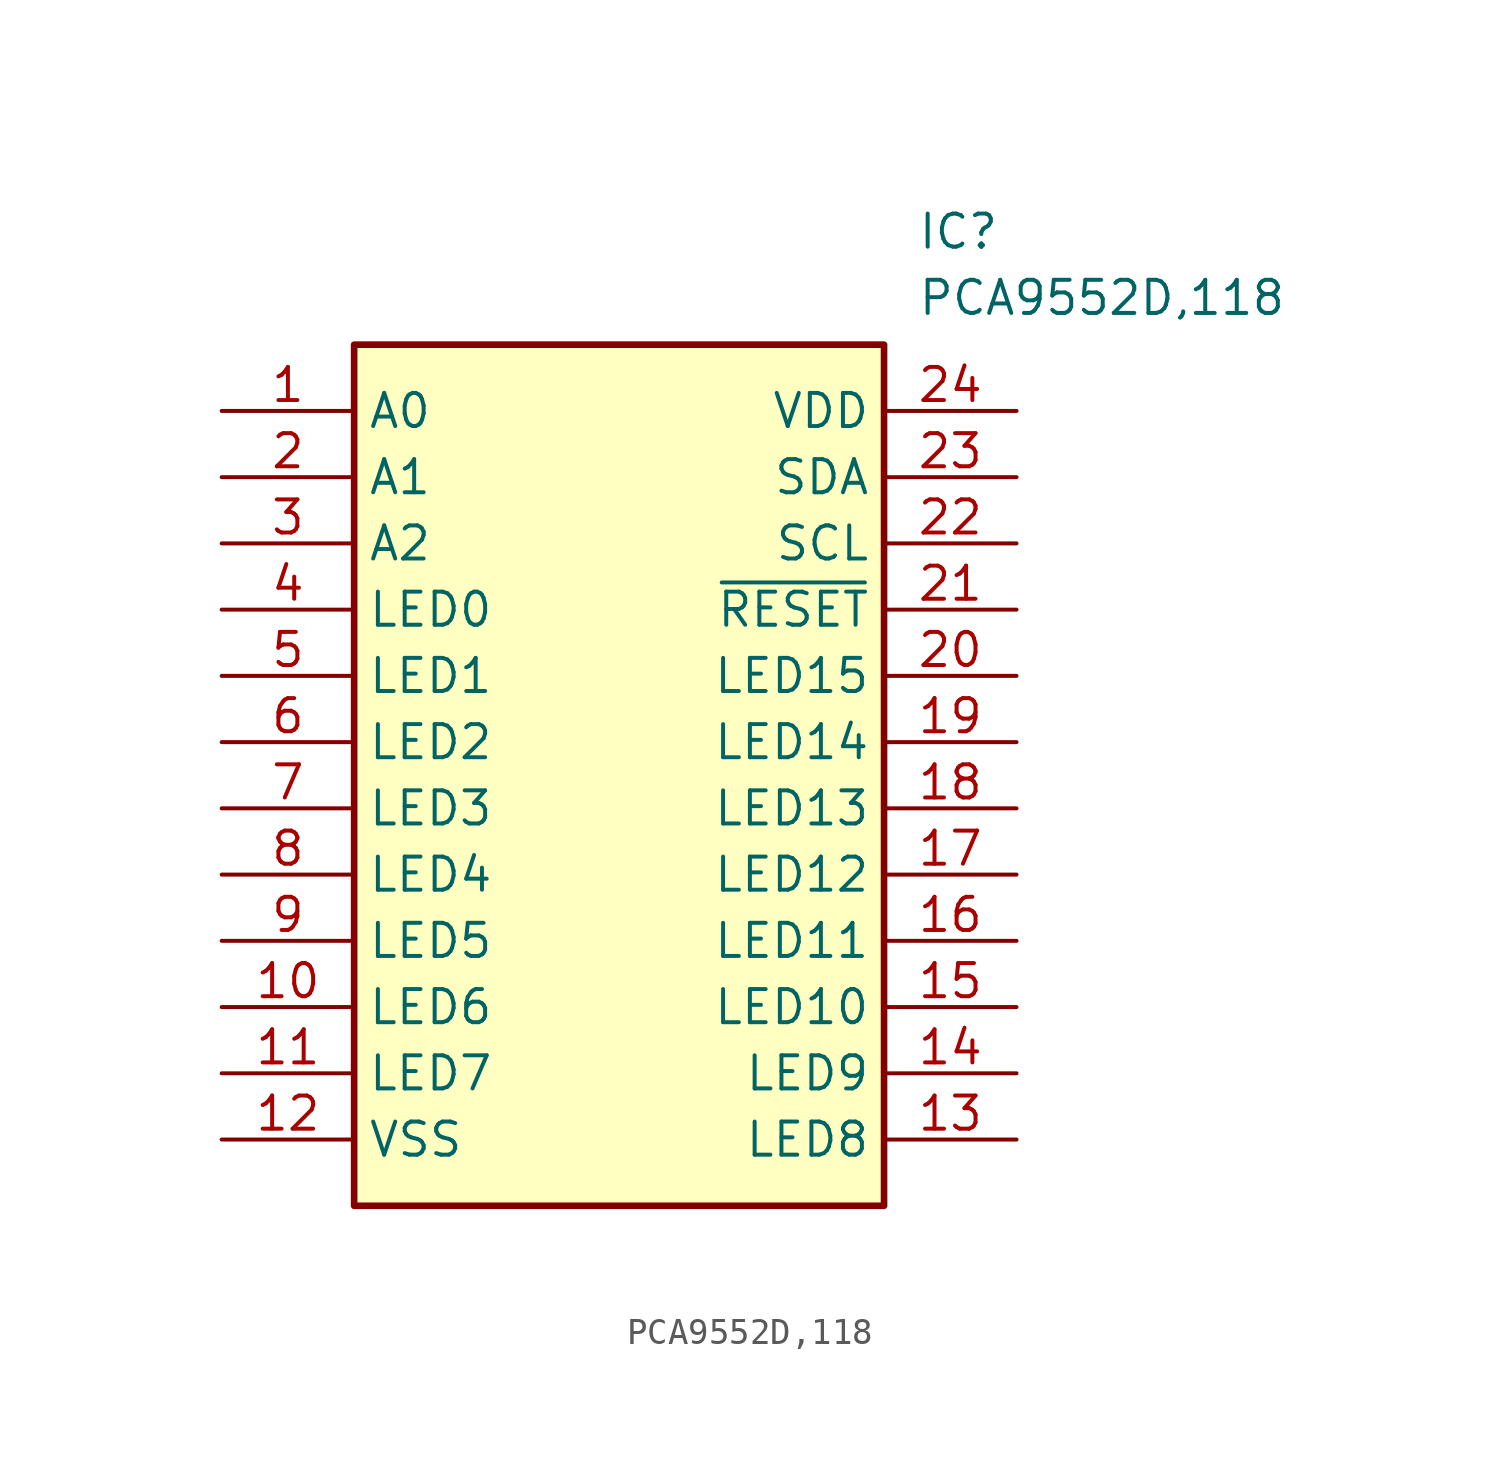
<source format=kicad_sym>
(kicad_symbol_lib
  (version 20211014)
  (generator SamacSys_ECAD_Model)
  (symbol "PCA9552D,118"
    (property "Reference" "IC"
      (at 26.67 7.62 0)
      (effects (font (size 1.27 1.27)) (justify left top)))
    (property "Value" "PCA9552D,118"
      (at 26.67 5.08 0)
      (effects (font (size 1.27 1.27)) (justify left top)))
    (rectangle
      (start 5.08 2.54)
      (end 25.4 -30.48)
      (stroke (width 0.254) (type default))
      (fill (type background)))
    (pin passive line
      (at 0 0 0)
      (length 5.08)
      (name "A0" (effects (font (size 1.27 1.27))))
      (number "1" (effects (font (size 1.27 1.27)))))
    (pin passive line
      (at 0 -2.54 0)
      (length 5.08)
      (name "A1" (effects (font (size 1.27 1.27))))
      (number "2" (effects (font (size 1.27 1.27)))))
    (pin passive line
      (at 0 -5.08 0)
      (length 5.08)
      (name "A2" (effects (font (size 1.27 1.27))))
      (number "3" (effects (font (size 1.27 1.27)))))
    (pin passive line
      (at 0 -7.62 0)
      (length 5.08)
      (name "LED0" (effects (font (size 1.27 1.27))))
      (number "4" (effects (font (size 1.27 1.27)))))
    (pin passive line
      (at 0 -10.16 0)
      (length 5.08)
      (name "LED1" (effects (font (size 1.27 1.27))))
      (number "5" (effects (font (size 1.27 1.27)))))
    (pin passive line
      (at 0 -12.7 0)
      (length 5.08)
      (name "LED2" (effects (font (size 1.27 1.27))))
      (number "6" (effects (font (size 1.27 1.27)))))
    (pin passive line
      (at 0 -15.24 0)
      (length 5.08)
      (name "LED3" (effects (font (size 1.27 1.27))))
      (number "7" (effects (font (size 1.27 1.27)))))
    (pin passive line
      (at 0 -17.78 0)
      (length 5.08)
      (name "LED4" (effects (font (size 1.27 1.27))))
      (number "8" (effects (font (size 1.27 1.27)))))
    (pin passive line
      (at 0 -20.32 0)
      (length 5.08)
      (name "LED5" (effects (font (size 1.27 1.27))))
      (number "9" (effects (font (size 1.27 1.27)))))
    (pin passive line
      (at 0 -22.86 0)
      (length 5.08)
      (name "LED6" (effects (font (size 1.27 1.27))))
      (number "10" (effects (font (size 1.27 1.27)))))
    (pin passive line
      (at 0 -25.4 0)
      (length 5.08)
      (name "LED7" (effects (font (size 1.27 1.27))))
      (number "11" (effects (font (size 1.27 1.27)))))
    (pin passive line
      (at 0 -27.94 0)
      (length 5.08)
      (name "VSS" (effects (font (size 1.27 1.27))))
      (number "12" (effects (font (size 1.27 1.27)))))
    (pin passive line
      (at 30.48 0 180)
      (length 5.08)
      (name "VDD" (effects (font (size 1.27 1.27))))
      (number "24" (effects (font (size 1.27 1.27)))))
    (pin passive line
      (at 30.48 -2.54 180)
      (length 5.08)
      (name "SDA" (effects (font (size 1.27 1.27))))
      (number "23" (effects (font (size 1.27 1.27)))))
    (pin passive line
      (at 30.48 -5.08 180)
      (length 5.08)
      (name "SCL" (effects (font (size 1.27 1.27))))
      (number "22" (effects (font (size 1.27 1.27)))))
    (pin passive line
      (at 30.48 -7.62 180)
      (length 5.08)
      (name "~{RESET}" (effects (font (size 1.27 1.27))))
      (number "21" (effects (font (size 1.27 1.27)))))
    (pin passive line
      (at 30.48 -10.16 180)
      (length 5.08)
      (name "LED15" (effects (font (size 1.27 1.27))))
      (number "20" (effects (font (size 1.27 1.27)))))
    (pin passive line
      (at 30.48 -12.7 180)
      (length 5.08)
      (name "LED14" (effects (font (size 1.27 1.27))))
      (number "19" (effects (font (size 1.27 1.27)))))
    (pin passive line
      (at 30.48 -15.24 180)
      (length 5.08)
      (name "LED13" (effects (font (size 1.27 1.27))))
      (number "18" (effects (font (size 1.27 1.27)))))
    (pin passive line
      (at 30.48 -17.78 180)
      (length 5.08)
      (name "LED12" (effects (font (size 1.27 1.27))))
      (number "17" (effects (font (size 1.27 1.27)))))
    (pin passive line
      (at 30.48 -20.32 180)
      (length 5.08)
      (name "LED11" (effects (font (size 1.27 1.27))))
      (number "16" (effects (font (size 1.27 1.27)))))
    (pin passive line
      (at 30.48 -22.86 180)
      (length 5.08)
      (name "LED10" (effects (font (size 1.27 1.27))))
      (number "15" (effects (font (size 1.27 1.27)))))
    (pin passive line
      (at 30.48 -25.4 180)
      (length 5.08)
      (name "LED9" (effects (font (size 1.27 1.27))))
      (number "14" (effects (font (size 1.27 1.27)))))
    (pin passive line
      (at 30.48 -27.94 180)
      (length 5.08)
      (name "LED8" (effects (font (size 1.27 1.27))))
      (number "13" (effects (font (size 1.27 1.27)))))))
</source>
